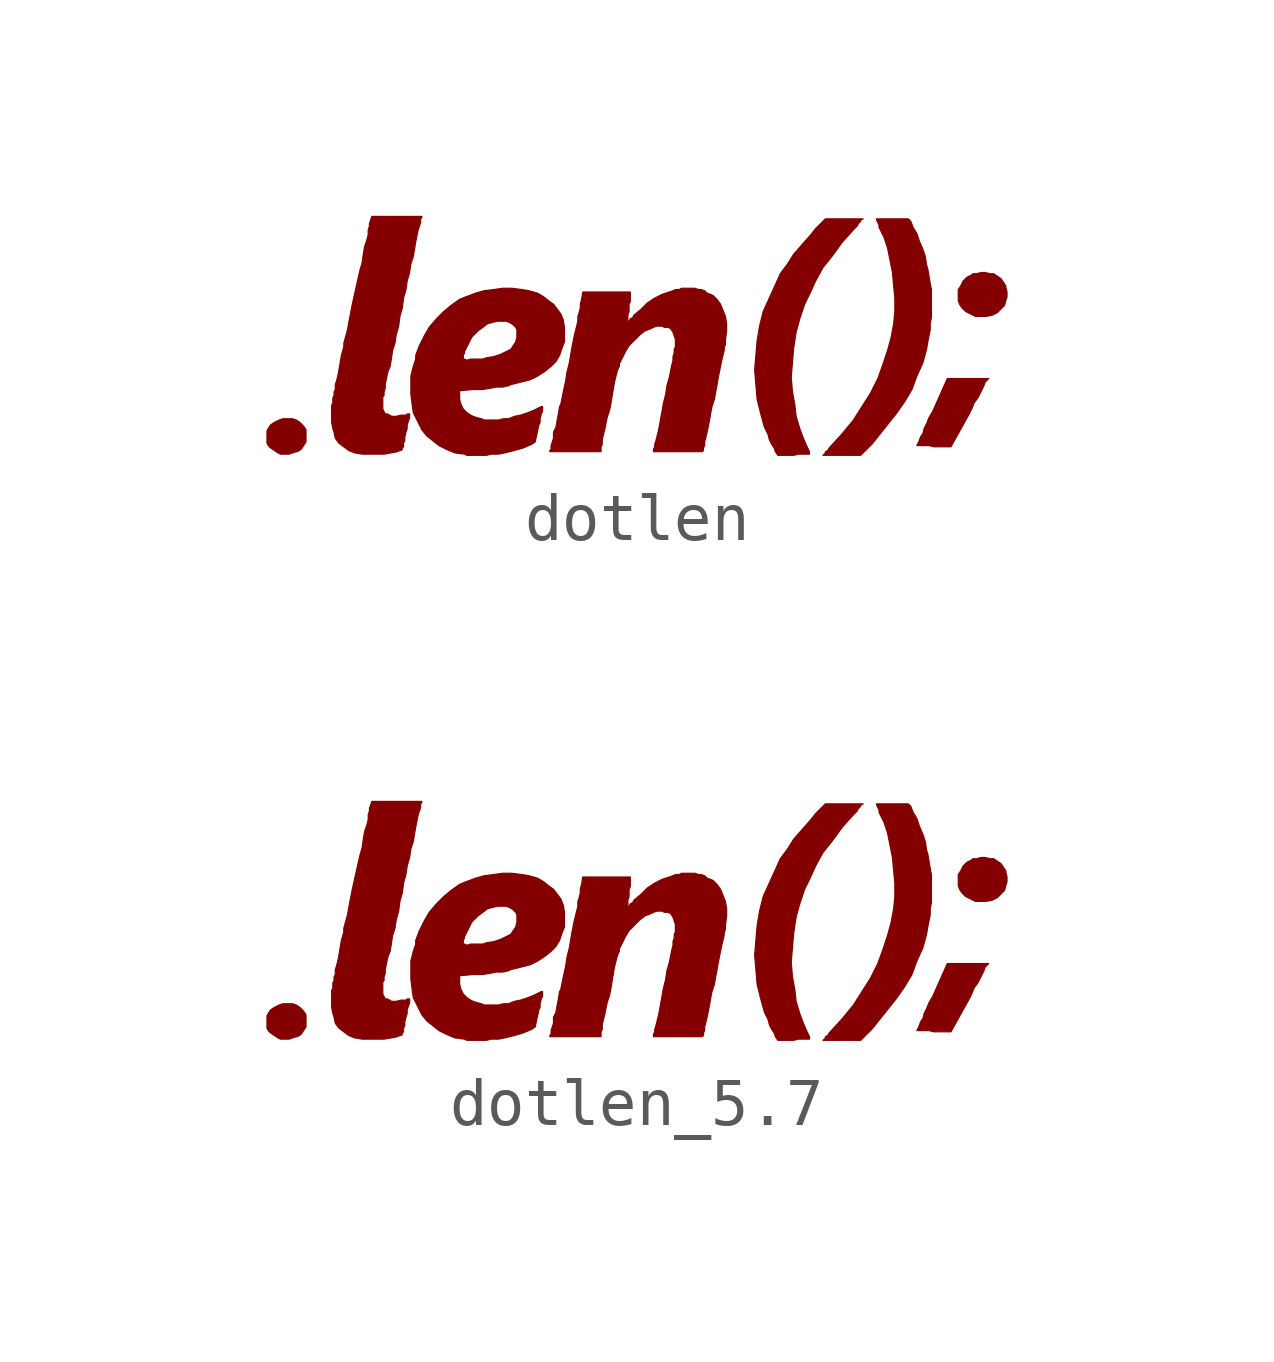
<source format=kicad_sym>
(kicad_symbol_lib
  (version 20211014)
  (generator kicad_symbol_editor)
  (symbol "dotlen"
    (pin_names
      (offset 1.016))
    (property "Reference" "#G"
      (at 0 -1.727 0)
      (effects (font (size 1.524 1.524)) hide))
    (symbol "dotlen_0_0"
      (polyline (pts (xy 6.909 -1.626) (xy 6.96 -1.524) (xy 7.01 -1.397) (xy 7.087 -1.295) (xy 7.214 -1.041) (xy 7.239 -0.965) (xy 7.315 -0.889) (xy 6.452 -0.889) (xy 6.147 -1.575) (xy 6.071 -1.702) (xy 6.02 -1.829) (xy 5.969 -1.93) (xy 5.944 -2.032) (xy 5.893 -2.108) (xy 5.867 -2.184) (xy 5.817 -2.286) (xy 6.071 -2.286) (xy 6.172 -2.311) (xy 6.528 -2.311) (xy 6.909 -1.626)) (stroke (width 0.025) (type default) (color 0 0 0 0)) (fill (type outline)))
      (polyline (pts (xy -7.112 -2.413) (xy -7.087 -2.413) (xy -7.01 -2.362) (xy -6.909 -2.21) (xy -6.909 -1.956) (xy -6.96 -1.88) (xy -7.036 -1.803) (xy -7.112 -1.753) (xy -7.188 -1.727) (xy -7.391 -1.727) (xy -7.468 -1.753) (xy -7.569 -1.803) (xy -7.645 -1.854) (xy -7.696 -1.93) (xy -7.722 -1.981) (xy -7.722 -2.235) (xy -7.696 -2.286) (xy -7.645 -2.337) (xy -7.493 -2.438) (xy -7.442 -2.464) (xy -7.264 -2.464) (xy -7.112 -2.413)) (stroke (width 0.025) (type default) (color 0 0 0 0)) (fill (type outline)))
      (polyline (pts (xy 7.391 0.432) (xy 7.493 0.483) (xy 7.645 0.635) (xy 7.671 0.737) (xy 7.696 0.813) (xy 7.696 0.914) (xy 7.671 1.016) (xy 7.671 1.041) (xy 7.569 1.194) (xy 7.417 1.295) (xy 7.341 1.295) (xy 7.239 1.321) (xy 7.163 1.321) (xy 7.061 1.295) (xy 6.985 1.295) (xy 6.96 1.27) (xy 6.858 1.219) (xy 6.782 1.143) (xy 6.731 1.041) (xy 6.68 0.965) (xy 6.68 0.737) (xy 6.706 0.66) (xy 6.756 0.584) (xy 6.833 0.508) (xy 7.036 0.406) (xy 7.264 0.406) (xy 7.391 0.432)) (stroke (width 0.025) (type default) (color 0 0 0 0)) (fill (type outline)))
      (polyline (pts (xy 3.353 -2.464) (xy 3.581 -2.464) (xy 3.581 -2.413) (xy 3.531 -2.311) (xy 3.454 -2.134) (xy 3.378 -1.93) (xy 3.302 -1.676) (xy 3.277 -1.448) (xy 3.226 -1.168) (xy 3.2 -0.864) (xy 3.251 -0.254) (xy 3.302 0.076) (xy 3.378 0.356) (xy 3.48 0.66) (xy 3.581 0.864) (xy 3.708 1.143) (xy 3.861 1.422) (xy 4.064 1.676) (xy 4.267 1.956) (xy 4.496 2.21) (xy 4.572 2.286) (xy 4.597 2.337) (xy 4.648 2.388) (xy 4.648 2.413) (xy 4.699 2.438) (xy 3.912 2.438) (xy 3.708 2.235) (xy 3.607 2.108) (xy 3.251 1.702) (xy 3.124 1.499) (xy 2.972 1.295) (xy 2.87 1.067) (xy 2.616 0.508) (xy 2.54 0.203) (xy 2.489 -0.102) (xy 2.438 -0.711) (xy 2.489 -1.321) (xy 2.565 -1.626) (xy 2.642 -1.905) (xy 2.718 -2.057) (xy 2.743 -2.159) (xy 2.794 -2.261) (xy 2.845 -2.337) (xy 2.87 -2.413) (xy 2.921 -2.489) (xy 3.251 -2.489) (xy 3.353 -2.464)) (stroke (width 0.025) (type default) (color 0 0 0 0)) (fill (type outline)))
      (polyline (pts (xy 4.877 -2.261) (xy 5.385 -1.626) (xy 5.563 -1.372) (xy 5.715 -1.118) (xy 5.817 -0.838) (xy 5.944 -0.559) (xy 6.02 -0.279) (xy 6.045 -0.127) (xy 6.096 0.127) (xy 6.096 0.254) (xy 6.121 0.381) (xy 6.121 0.965) (xy 6.096 1.092) (xy 6.045 1.397) (xy 6.02 1.473) (xy 5.994 1.651) (xy 5.944 1.803) (xy 5.867 1.981) (xy 5.817 2.134) (xy 5.74 2.261) (xy 5.69 2.388) (xy 5.639 2.438) (xy 4.978 2.438) (xy 4.978 2.413) (xy 5.029 2.311) (xy 5.029 2.261) (xy 5.131 2.057) (xy 5.207 1.829) (xy 5.309 1.321) (xy 5.334 1.041) (xy 5.359 0.787) (xy 5.359 0.508) (xy 5.334 0.254) (xy 5.283 -0.025) (xy 5.207 -0.305) (xy 5.105 -0.61) (xy 5.004 -0.889) (xy 4.851 -1.194) (xy 4.496 -1.753) (xy 4.267 -2.032) (xy 4.013 -2.311) (xy 3.988 -2.337) (xy 3.962 -2.388) (xy 3.912 -2.413) (xy 3.912 -2.438) (xy 3.861 -2.489) (xy 4.648 -2.489) (xy 4.877 -2.261)) (stroke (width 0.025) (type default) (color 0 0 0 0)) (fill (type outline)))
      (polyline (pts (xy -5.131 -2.438) (xy -5.004 -2.413) (xy -4.953 -2.388) (xy -4.928 -2.388) (xy -4.902 -2.362) (xy -4.902 -2.337) (xy -4.877 -2.311) (xy -4.877 -2.235) (xy -4.851 -2.184) (xy -4.851 -2.108) (xy -4.826 -2.007) (xy -4.801 -1.93) (xy -4.801 -1.854) (xy -4.75 -1.702) (xy -4.75 -1.626) (xy -4.801 -1.626) (xy -4.826 -1.651) (xy -4.928 -1.651) (xy -5.029 -1.676) (xy -5.131 -1.676) (xy -5.156 -1.651) (xy -5.182 -1.651) (xy -5.207 -1.626) (xy -5.258 -1.626) (xy -5.309 -1.524) (xy -5.309 -1.27) (xy -5.283 -1.245) (xy -5.283 -1.168) (xy -5.258 -1.092) (xy -5.258 -1.016) (xy -5.207 -0.762) (xy -5.156 -0.635) (xy -5.131 -0.483) (xy -5.105 -0.305) (xy -5.055 -0.152) (xy -5.029 0.025) (xy -4.978 0.203) (xy -4.953 0.406) (xy -4.902 0.584) (xy -4.877 0.787) (xy -4.826 0.965) (xy -4.801 1.143) (xy -4.75 1.321) (xy -4.724 1.499) (xy -4.674 1.651) (xy -4.623 1.956) (xy -4.572 2.21) (xy -4.521 2.362) (xy -4.521 2.438) (xy -4.496 2.464) (xy -4.496 2.489) (xy -5.537 2.489) (xy -5.588 2.337) (xy -5.588 2.286) (xy -5.613 2.21) (xy -5.613 2.108) (xy -5.639 2.007) (xy -5.69 1.854) (xy -5.715 1.702) (xy -5.74 1.524) (xy -5.791 1.346) (xy -5.944 0.66) (xy -5.994 0.406) (xy -6.045 0.127) (xy -6.121 -0.152) (xy -6.121 -0.229) (xy -6.172 -0.406) (xy -6.223 -0.711) (xy -6.248 -0.838) (xy -6.274 -0.94) (xy -6.299 -1.016) (xy -6.299 -1.118) (xy -6.325 -1.168) (xy -6.325 -1.245) (xy -6.35 -1.295) (xy -6.35 -1.397) (xy -6.375 -1.448) (xy -6.375 -1.803) (xy -6.35 -1.93) (xy -6.325 -2.007) (xy -6.299 -2.134) (xy -6.223 -2.235) (xy -6.02 -2.388) (xy -5.893 -2.438) (xy -5.74 -2.464) (xy -5.283 -2.464) (xy -5.131 -2.438)) (stroke (width 0.025) (type default) (color 0 0 0 0)) (fill (type outline)))
      (polyline (pts (xy -3.048 -2.464) (xy -2.896 -2.464) (xy -2.769 -2.438) (xy -2.565 -2.388) (xy -2.388 -2.337) (xy -2.21 -2.261) (xy -2.134 -2.21) (xy -2.057 -1.854) (xy -2.032 -1.803) (xy -2.032 -1.727) (xy -2.007 -1.626) (xy -1.981 -1.575) (xy -1.981 -1.473) (xy -2.007 -1.473) (xy -2.159 -1.549) (xy -2.286 -1.6) (xy -2.438 -1.651) (xy -2.565 -1.676) (xy -2.692 -1.727) (xy -2.794 -1.727) (xy -2.896 -1.753) (xy -3.2 -1.753) (xy -3.251 -1.727) (xy -3.353 -1.702) (xy -3.429 -1.676) (xy -3.48 -1.651) (xy -3.556 -1.6) (xy -3.632 -1.524) (xy -3.683 -1.422) (xy -3.708 -1.321) (xy -3.708 -1.143) (xy -3.429 -1.118) (xy -3.226 -1.118) (xy -3.073 -1.092) (xy -2.946 -1.067) (xy -2.819 -1.067) (xy -2.692 -1.041) (xy -2.642 -1.016) (xy -2.235 -0.914) (xy -2.083 -0.838) (xy -1.93 -0.737) (xy -1.803 -0.635) (xy -1.702 -0.533) (xy -1.626 -0.406) (xy -1.575 -0.254) (xy -1.524 -0.127) (xy -1.524 0.178) (xy -1.549 0.33) (xy -1.6 0.457) (xy -1.753 0.66) (xy -1.829 0.711) (xy -1.956 0.813) (xy -2.083 0.889) (xy -2.261 0.94) (xy -2.413 0.965) (xy -2.616 0.991) (xy -2.819 0.991) (xy -2.997 0.965) (xy -3.2 0.94) (xy -3.378 0.889) (xy -3.581 0.813) (xy -3.708 0.762) (xy -3.886 0.635) (xy -4.039 0.508) (xy -4.191 0.356) (xy -4.343 0.178) (xy -4.445 0) (xy -4.547 -0.203) (xy -4.623 -0.406) (xy -4.623 -0.483) (xy -3.632 -0.483) (xy -3.632 -0.406) (xy -3.607 -0.356) (xy -3.607 -0.33) (xy -3.454 -0.025) (xy -3.327 0.102) (xy -3.124 0.254) (xy -2.921 0.305) (xy -2.743 0.305) (xy -2.667 0.279) (xy -2.591 0.229) (xy -2.54 0.178) (xy -2.515 0.127) (xy -2.515 -0.025) (xy -2.54 -0.127) (xy -2.642 -0.279) (xy -2.845 -0.381) (xy -2.997 -0.432) (xy -3.15 -0.457) (xy -3.226 -0.483) (xy -3.48 -0.483) (xy -3.556 -0.508) (xy -3.607 -0.483) (xy -3.632 -0.483) (xy -4.623 -0.483) (xy -4.674 -0.635) (xy -4.724 -0.838) (xy -4.724 -1.219) (xy -4.699 -1.422) (xy -4.674 -1.6) (xy -4.496 -1.956) (xy -4.394 -2.083) (xy -4.14 -2.286) (xy -3.988 -2.362) (xy -3.81 -2.438) (xy -3.607 -2.464) (xy -3.556 -2.489) (xy -3.15 -2.489) (xy -3.048 -2.464)) (stroke (width 0.025) (type default) (color 0 0 0 0)) (fill (type outline)))
      (polyline (pts (xy -0.762 -2.311) (xy -0.737 -2.261) (xy -0.737 -2.159) (xy -0.686 -1.956) (xy -0.635 -1.702) (xy -0.584 -1.549) (xy -0.559 -1.422) (xy -0.483 -0.965) (xy -0.432 -0.762) (xy -0.406 -0.686) (xy -0.381 -0.635) (xy -0.381 -0.584) (xy -0.254 -0.33) (xy -0.178 -0.203) (xy 0.051 0.025) (xy 0.152 0.102) (xy 0.279 0.152) (xy 0.33 0.178) (xy 0.406 0.203) (xy 0.508 0.203) (xy 0.559 0.178) (xy 0.635 0.178) (xy 0.686 0.152) (xy 0.737 0.076) (xy 0.787 -0.076) (xy 0.787 -0.229) (xy 0.762 -0.279) (xy 0.762 -0.356) (xy 0.737 -0.432) (xy 0.737 -0.508) (xy 0.711 -0.61) (xy 0.66 -0.864) (xy 0.61 -1.041) (xy 0.584 -1.219) (xy 0.533 -1.422) (xy 0.508 -1.575) (xy 0.483 -1.702) (xy 0.457 -1.854) (xy 0.432 -1.981) (xy 0.381 -2.184) (xy 0.356 -2.261) (xy 0.356 -2.311) (xy 0.33 -2.362) (xy 0.33 -2.413) (xy 1.346 -2.413) (xy 1.372 -2.388) (xy 1.372 -2.337) (xy 1.397 -2.286) (xy 1.397 -2.21) (xy 1.448 -2.007) (xy 1.499 -1.753) (xy 1.524 -1.6) (xy 1.549 -1.473) (xy 1.6 -1.321) (xy 1.626 -1.168) (xy 1.651 -1.041) (xy 1.676 -0.889) (xy 1.753 -0.508) (xy 1.803 -0.305) (xy 1.803 -0.254) (xy 1.829 -0.178) (xy 1.829 -0.102) (xy 1.854 0.102) (xy 1.854 0.254) (xy 1.829 0.406) (xy 1.727 0.66) (xy 1.651 0.762) (xy 1.575 0.838) (xy 1.524 0.864) (xy 1.448 0.889) (xy 1.397 0.94) (xy 1.321 0.965) (xy 1.27 0.965) (xy 1.194 0.991) (xy 0.914 0.991) (xy 0.864 0.965) (xy 0.787 0.965) (xy 0.737 0.94) (xy 0.508 0.864) (xy 0.356 0.787) (xy 0.203 0.686) (xy 0.076 0.559) (xy -0.076 0.432) (xy -0.102 0.381) (xy -0.152 0.356) (xy -0.178 0.305) (xy -0.203 0.305) (xy -0.203 0.432) (xy -0.178 0.508) (xy -0.178 0.66) (xy -0.152 0.711) (xy -0.152 0.914) (xy -1.143 0.914) (xy -1.168 0.762) (xy -1.194 0.66) (xy -1.194 0.584) (xy -1.219 0.483) (xy -1.245 0.406) (xy -1.245 0.305) (xy -1.321 0) (xy -1.372 -0.254) (xy -1.422 -0.559) (xy -1.473 -0.762) (xy -1.499 -0.94) (xy -1.549 -1.168) (xy -1.6 -1.422) (xy -1.626 -1.473) (xy -1.651 -1.626) (xy -1.676 -1.753) (xy -1.702 -1.905) (xy -1.753 -2.007) (xy -1.753 -2.134) (xy -1.803 -2.286) (xy -1.803 -2.362) (xy -1.829 -2.388) (xy -1.829 -2.413) (xy -0.762 -2.413) (xy -0.762 -2.311)) (stroke (width 0.025) (type default) (color 0 0 0 0)) (fill (type outline)))))
  (symbol "dotlen_5.7"
    (pin_names
      (offset 1.016))
    (property "Reference" "#G"
      (at 0 -1.727 0)
      (effects (font (size 1.524 1.524)) hide))
    (symbol "dotlen_5.7_0_0"
      (polyline (pts (xy 6.909 -1.626) (xy 6.96 -1.524) (xy 7.01 -1.397) (xy 7.087 -1.295) (xy 7.214 -1.041) (xy 7.239 -0.965) (xy 7.315 -0.889) (xy 6.452 -0.889) (xy 6.147 -1.575) (xy 6.071 -1.702) (xy 6.02 -1.829) (xy 5.969 -1.93) (xy 5.944 -2.032) (xy 5.893 -2.108) (xy 5.867 -2.184) (xy 5.817 -2.286) (xy 6.071 -2.286) (xy 6.172 -2.311) (xy 6.528 -2.311) (xy 6.909 -1.626)) (stroke (width 0.025) (type default) (color 0 0 0 0)) (fill (type outline)))
      (polyline (pts (xy -7.112 -2.413) (xy -7.087 -2.413) (xy -7.01 -2.362) (xy -6.909 -2.21) (xy -6.909 -1.956) (xy -6.96 -1.88) (xy -7.036 -1.803) (xy -7.112 -1.753) (xy -7.188 -1.727) (xy -7.391 -1.727) (xy -7.468 -1.753) (xy -7.569 -1.803) (xy -7.645 -1.854) (xy -7.696 -1.93) (xy -7.722 -1.981) (xy -7.722 -2.235) (xy -7.696 -2.286) (xy -7.645 -2.337) (xy -7.493 -2.438) (xy -7.442 -2.464) (xy -7.264 -2.464) (xy -7.112 -2.413)) (stroke (width 0.025) (type default) (color 0 0 0 0)) (fill (type outline)))
      (polyline (pts (xy 7.391 0.432) (xy 7.493 0.483) (xy 7.645 0.635) (xy 7.671 0.737) (xy 7.696 0.813) (xy 7.696 0.914) (xy 7.671 1.016) (xy 7.671 1.041) (xy 7.569 1.194) (xy 7.417 1.295) (xy 7.341 1.295) (xy 7.239 1.321) (xy 7.163 1.321) (xy 7.061 1.295) (xy 6.985 1.295) (xy 6.96 1.27) (xy 6.858 1.219) (xy 6.782 1.143) (xy 6.731 1.041) (xy 6.68 0.965) (xy 6.68 0.737) (xy 6.706 0.66) (xy 6.756 0.584) (xy 6.833 0.508) (xy 7.036 0.406) (xy 7.264 0.406) (xy 7.391 0.432)) (stroke (width 0.025) (type default) (color 0 0 0 0)) (fill (type outline)))
      (polyline (pts (xy 3.353 -2.464) (xy 3.581 -2.464) (xy 3.581 -2.413) (xy 3.531 -2.311) (xy 3.454 -2.134) (xy 3.378 -1.93) (xy 3.302 -1.676) (xy 3.277 -1.448) (xy 3.226 -1.168) (xy 3.2 -0.864) (xy 3.251 -0.254) (xy 3.302 0.076) (xy 3.378 0.356) (xy 3.48 0.66) (xy 3.581 0.864) (xy 3.708 1.143) (xy 3.861 1.422) (xy 4.064 1.676) (xy 4.267 1.956) (xy 4.496 2.21) (xy 4.572 2.286) (xy 4.597 2.337) (xy 4.648 2.388) (xy 4.648 2.413) (xy 4.699 2.438) (xy 3.912 2.438) (xy 3.708 2.235) (xy 3.607 2.108) (xy 3.251 1.702) (xy 3.124 1.499) (xy 2.972 1.295) (xy 2.87 1.067) (xy 2.616 0.508) (xy 2.54 0.203) (xy 2.489 -0.102) (xy 2.438 -0.711) (xy 2.489 -1.321) (xy 2.565 -1.626) (xy 2.642 -1.905) (xy 2.718 -2.057) (xy 2.743 -2.159) (xy 2.794 -2.261) (xy 2.845 -2.337) (xy 2.87 -2.413) (xy 2.921 -2.489) (xy 3.251 -2.489) (xy 3.353 -2.464)) (stroke (width 0.025) (type default) (color 0 0 0 0)) (fill (type outline)))
      (polyline (pts (xy 4.877 -2.261) (xy 5.385 -1.626) (xy 5.563 -1.372) (xy 5.715 -1.118) (xy 5.817 -0.838) (xy 5.944 -0.559) (xy 6.02 -0.279) (xy 6.045 -0.127) (xy 6.096 0.127) (xy 6.096 0.254) (xy 6.121 0.381) (xy 6.121 0.965) (xy 6.096 1.092) (xy 6.045 1.397) (xy 6.02 1.473) (xy 5.994 1.651) (xy 5.944 1.803) (xy 5.867 1.981) (xy 5.817 2.134) (xy 5.74 2.261) (xy 5.69 2.388) (xy 5.639 2.438) (xy 4.978 2.438) (xy 4.978 2.413) (xy 5.029 2.311) (xy 5.029 2.261) (xy 5.131 2.057) (xy 5.207 1.829) (xy 5.309 1.321) (xy 5.334 1.041) (xy 5.359 0.787) (xy 5.359 0.508) (xy 5.334 0.254) (xy 5.283 -0.025) (xy 5.207 -0.305) (xy 5.105 -0.61) (xy 5.004 -0.889) (xy 4.851 -1.194) (xy 4.496 -1.753) (xy 4.267 -2.032) (xy 4.013 -2.311) (xy 3.988 -2.337) (xy 3.962 -2.388) (xy 3.912 -2.413) (xy 3.912 -2.438) (xy 3.861 -2.489) (xy 4.648 -2.489) (xy 4.877 -2.261)) (stroke (width 0.025) (type default) (color 0 0 0 0)) (fill (type outline)))
      (polyline (pts (xy -5.131 -2.438) (xy -5.004 -2.413) (xy -4.953 -2.388) (xy -4.928 -2.388) (xy -4.902 -2.362) (xy -4.902 -2.337) (xy -4.877 -2.311) (xy -4.877 -2.235) (xy -4.851 -2.184) (xy -4.851 -2.108) (xy -4.826 -2.007) (xy -4.801 -1.93) (xy -4.801 -1.854) (xy -4.75 -1.702) (xy -4.75 -1.626) (xy -4.801 -1.626) (xy -4.826 -1.651) (xy -4.928 -1.651) (xy -5.029 -1.676) (xy -5.131 -1.676) (xy -5.156 -1.651) (xy -5.182 -1.651) (xy -5.207 -1.626) (xy -5.258 -1.626) (xy -5.309 -1.524) (xy -5.309 -1.27) (xy -5.283 -1.245) (xy -5.283 -1.168) (xy -5.258 -1.092) (xy -5.258 -1.016) (xy -5.207 -0.762) (xy -5.156 -0.635) (xy -5.131 -0.483) (xy -5.105 -0.305) (xy -5.055 -0.152) (xy -5.029 0.025) (xy -4.978 0.203) (xy -4.953 0.406) (xy -4.902 0.584) (xy -4.877 0.787) (xy -4.826 0.965) (xy -4.801 1.143) (xy -4.75 1.321) (xy -4.724 1.499) (xy -4.674 1.651) (xy -4.623 1.956) (xy -4.572 2.21) (xy -4.521 2.362) (xy -4.521 2.438) (xy -4.496 2.464) (xy -4.496 2.489) (xy -5.537 2.489) (xy -5.588 2.337) (xy -5.588 2.286) (xy -5.613 2.21) (xy -5.613 2.108) (xy -5.639 2.007) (xy -5.69 1.854) (xy -5.715 1.702) (xy -5.74 1.524) (xy -5.791 1.346) (xy -5.944 0.66) (xy -5.994 0.406) (xy -6.045 0.127) (xy -6.121 -0.152) (xy -6.121 -0.229) (xy -6.172 -0.406) (xy -6.223 -0.711) (xy -6.248 -0.838) (xy -6.274 -0.94) (xy -6.299 -1.016) (xy -6.299 -1.118) (xy -6.325 -1.168) (xy -6.325 -1.245) (xy -6.35 -1.295) (xy -6.35 -1.397) (xy -6.375 -1.448) (xy -6.375 -1.803) (xy -6.35 -1.93) (xy -6.325 -2.007) (xy -6.299 -2.134) (xy -6.223 -2.235) (xy -6.02 -2.388) (xy -5.893 -2.438) (xy -5.74 -2.464) (xy -5.283 -2.464) (xy -5.131 -2.438)) (stroke (width 0.025) (type default) (color 0 0 0 0)) (fill (type outline)))
      (polyline (pts (xy -3.048 -2.464) (xy -2.896 -2.464) (xy -2.769 -2.438) (xy -2.565 -2.388) (xy -2.388 -2.337) (xy -2.21 -2.261) (xy -2.134 -2.21) (xy -2.057 -1.854) (xy -2.032 -1.803) (xy -2.032 -1.727) (xy -2.007 -1.626) (xy -1.981 -1.575) (xy -1.981 -1.473) (xy -2.007 -1.473) (xy -2.159 -1.549) (xy -2.286 -1.6) (xy -2.438 -1.651) (xy -2.565 -1.676) (xy -2.692 -1.727) (xy -2.794 -1.727) (xy -2.896 -1.753) (xy -3.2 -1.753) (xy -3.251 -1.727) (xy -3.353 -1.702) (xy -3.429 -1.676) (xy -3.48 -1.651) (xy -3.556 -1.6) (xy -3.632 -1.524) (xy -3.683 -1.422) (xy -3.708 -1.321) (xy -3.708 -1.143) (xy -3.429 -1.118) (xy -3.226 -1.118) (xy -3.073 -1.092) (xy -2.946 -1.067) (xy -2.819 -1.067) (xy -2.692 -1.041) (xy -2.642 -1.016) (xy -2.235 -0.914) (xy -2.083 -0.838) (xy -1.93 -0.737) (xy -1.803 -0.635) (xy -1.702 -0.533) (xy -1.626 -0.406) (xy -1.575 -0.254) (xy -1.524 -0.127) (xy -1.524 0.178) (xy -1.549 0.33) (xy -1.6 0.457) (xy -1.753 0.66) (xy -1.829 0.711) (xy -1.956 0.813) (xy -2.083 0.889) (xy -2.261 0.94) (xy -2.413 0.965) (xy -2.616 0.991) (xy -2.819 0.991) (xy -2.997 0.965) (xy -3.2 0.94) (xy -3.378 0.889) (xy -3.581 0.813) (xy -3.708 0.762) (xy -3.886 0.635) (xy -4.039 0.508) (xy -4.191 0.356) (xy -4.343 0.178) (xy -4.445 0) (xy -4.547 -0.203) (xy -4.623 -0.406) (xy -4.623 -0.483) (xy -3.632 -0.483) (xy -3.632 -0.406) (xy -3.607 -0.356) (xy -3.607 -0.33) (xy -3.454 -0.025) (xy -3.327 0.102) (xy -3.124 0.254) (xy -2.921 0.305) (xy -2.743 0.305) (xy -2.667 0.279) (xy -2.591 0.229) (xy -2.54 0.178) (xy -2.515 0.127) (xy -2.515 -0.025) (xy -2.54 -0.127) (xy -2.642 -0.279) (xy -2.845 -0.381) (xy -2.997 -0.432) (xy -3.15 -0.457) (xy -3.226 -0.483) (xy -3.48 -0.483) (xy -3.556 -0.508) (xy -3.607 -0.483) (xy -3.632 -0.483) (xy -4.623 -0.483) (xy -4.674 -0.635) (xy -4.724 -0.838) (xy -4.724 -1.219) (xy -4.699 -1.422) (xy -4.674 -1.6) (xy -4.496 -1.956) (xy -4.394 -2.083) (xy -4.14 -2.286) (xy -3.988 -2.362) (xy -3.81 -2.438) (xy -3.607 -2.464) (xy -3.556 -2.489) (xy -3.15 -2.489) (xy -3.048 -2.464)) (stroke (width 0.025) (type default) (color 0 0 0 0)) (fill (type outline)))
      (polyline (pts (xy -0.762 -2.311) (xy -0.737 -2.261) (xy -0.737 -2.159) (xy -0.686 -1.956) (xy -0.635 -1.702) (xy -0.584 -1.549) (xy -0.559 -1.422) (xy -0.483 -0.965) (xy -0.432 -0.762) (xy -0.406 -0.686) (xy -0.381 -0.635) (xy -0.381 -0.584) (xy -0.254 -0.33) (xy -0.178 -0.203) (xy 0.051 0.025) (xy 0.152 0.102) (xy 0.279 0.152) (xy 0.33 0.178) (xy 0.406 0.203) (xy 0.508 0.203) (xy 0.559 0.178) (xy 0.635 0.178) (xy 0.686 0.152) (xy 0.737 0.076) (xy 0.787 -0.076) (xy 0.787 -0.229) (xy 0.762 -0.279) (xy 0.762 -0.356) (xy 0.737 -0.432) (xy 0.737 -0.508) (xy 0.711 -0.61) (xy 0.66 -0.864) (xy 0.61 -1.041) (xy 0.584 -1.219) (xy 0.533 -1.422) (xy 0.508 -1.575) (xy 0.483 -1.702) (xy 0.457 -1.854) (xy 0.432 -1.981) (xy 0.381 -2.184) (xy 0.356 -2.261) (xy 0.356 -2.311) (xy 0.33 -2.362) (xy 0.33 -2.413) (xy 1.346 -2.413) (xy 1.372 -2.388) (xy 1.372 -2.337) (xy 1.397 -2.286) (xy 1.397 -2.21) (xy 1.448 -2.007) (xy 1.499 -1.753) (xy 1.524 -1.6) (xy 1.549 -1.473) (xy 1.6 -1.321) (xy 1.626 -1.168) (xy 1.651 -1.041) (xy 1.676 -0.889) (xy 1.753 -0.508) (xy 1.803 -0.305) (xy 1.803 -0.254) (xy 1.829 -0.178) (xy 1.829 -0.102) (xy 1.854 0.102) (xy 1.854 0.254) (xy 1.829 0.406) (xy 1.727 0.66) (xy 1.651 0.762) (xy 1.575 0.838) (xy 1.524 0.864) (xy 1.448 0.889) (xy 1.397 0.94) (xy 1.321 0.965) (xy 1.27 0.965) (xy 1.194 0.991) (xy 0.914 0.991) (xy 0.864 0.965) (xy 0.787 0.965) (xy 0.737 0.94) (xy 0.508 0.864) (xy 0.356 0.787) (xy 0.203 0.686) (xy 0.076 0.559) (xy -0.076 0.432) (xy -0.102 0.381) (xy -0.152 0.356) (xy -0.178 0.305) (xy -0.203 0.305) (xy -0.203 0.432) (xy -0.178 0.508) (xy -0.178 0.66) (xy -0.152 0.711) (xy -0.152 0.914) (xy -1.143 0.914) (xy -1.168 0.762) (xy -1.194 0.66) (xy -1.194 0.584) (xy -1.219 0.483) (xy -1.245 0.406) (xy -1.245 0.305) (xy -1.321 0) (xy -1.372 -0.254) (xy -1.422 -0.559) (xy -1.473 -0.762) (xy -1.499 -0.94) (xy -1.549 -1.168) (xy -1.6 -1.422) (xy -1.626 -1.473) (xy -1.651 -1.626) (xy -1.676 -1.753) (xy -1.702 -1.905) (xy -1.753 -2.007) (xy -1.753 -2.134) (xy -1.803 -2.286) (xy -1.803 -2.362) (xy -1.829 -2.388) (xy -1.829 -2.413) (xy -0.762 -2.413) (xy -0.762 -2.311)) (stroke (width 0.025) (type default) (color 0 0 0 0)) (fill (type outline))))))
</source>
